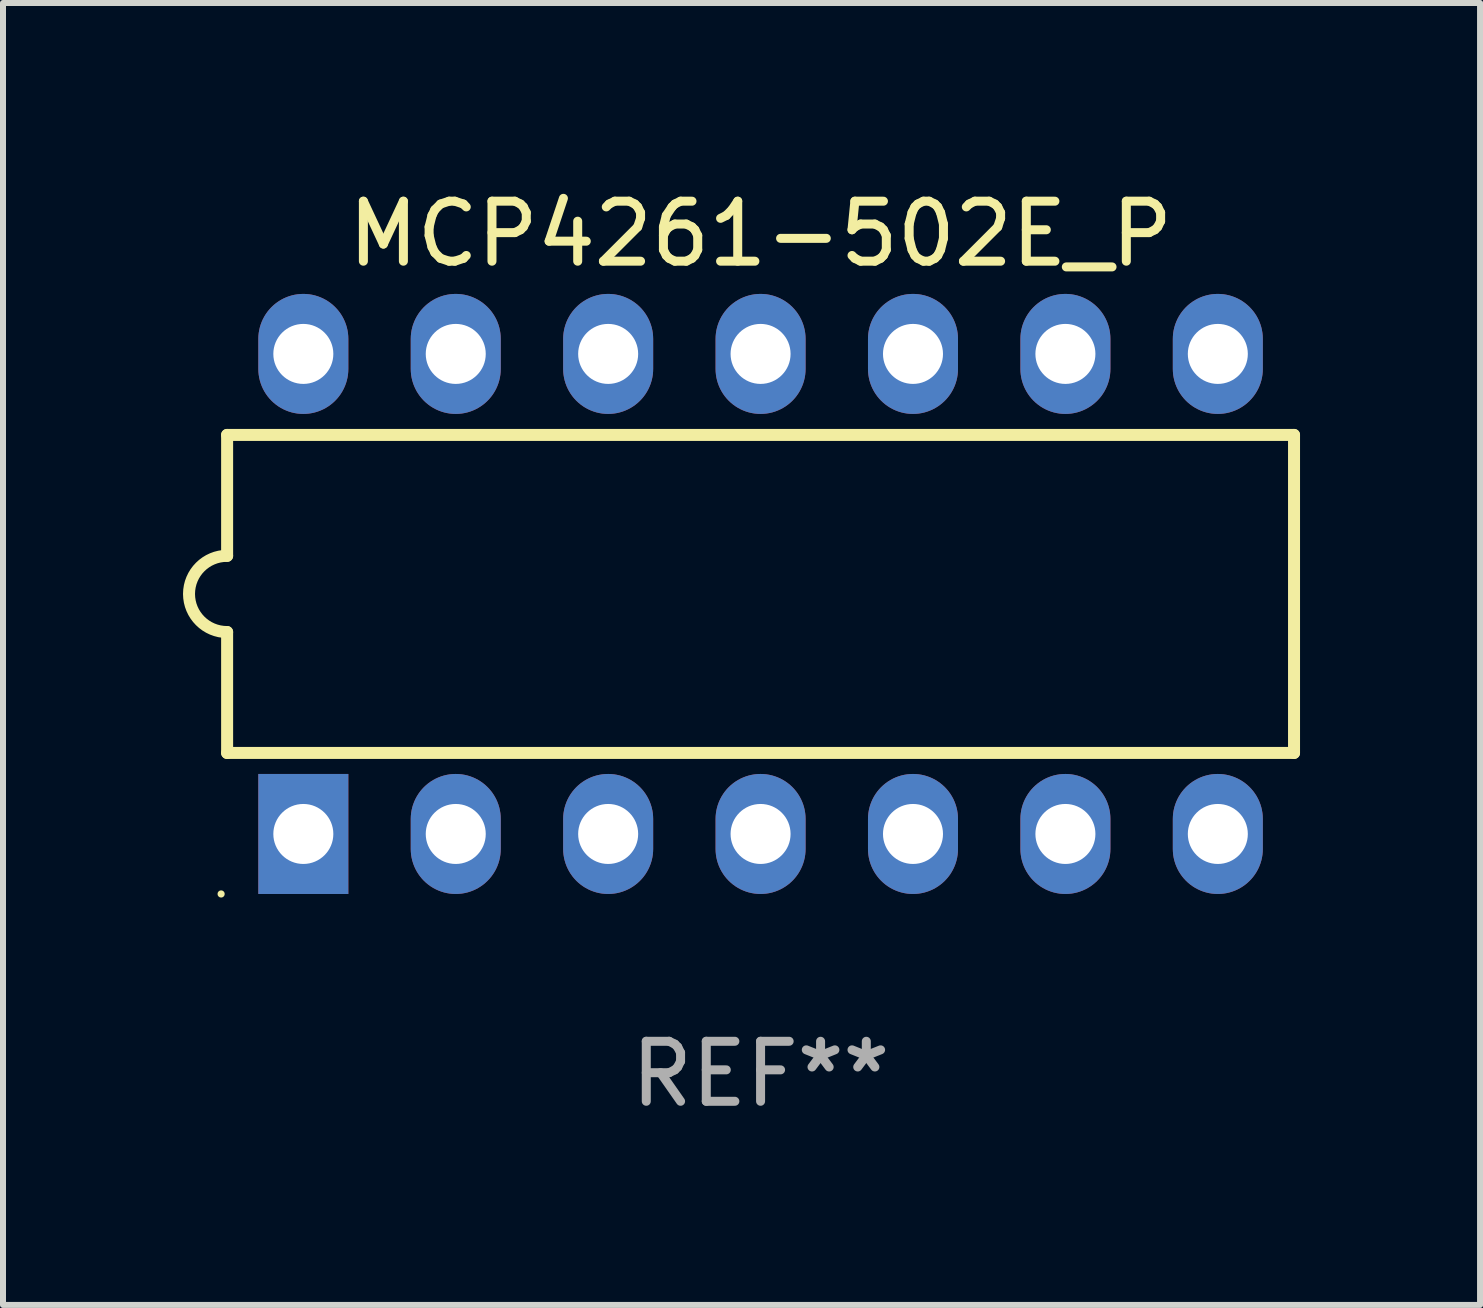
<source format=kicad_pcb>
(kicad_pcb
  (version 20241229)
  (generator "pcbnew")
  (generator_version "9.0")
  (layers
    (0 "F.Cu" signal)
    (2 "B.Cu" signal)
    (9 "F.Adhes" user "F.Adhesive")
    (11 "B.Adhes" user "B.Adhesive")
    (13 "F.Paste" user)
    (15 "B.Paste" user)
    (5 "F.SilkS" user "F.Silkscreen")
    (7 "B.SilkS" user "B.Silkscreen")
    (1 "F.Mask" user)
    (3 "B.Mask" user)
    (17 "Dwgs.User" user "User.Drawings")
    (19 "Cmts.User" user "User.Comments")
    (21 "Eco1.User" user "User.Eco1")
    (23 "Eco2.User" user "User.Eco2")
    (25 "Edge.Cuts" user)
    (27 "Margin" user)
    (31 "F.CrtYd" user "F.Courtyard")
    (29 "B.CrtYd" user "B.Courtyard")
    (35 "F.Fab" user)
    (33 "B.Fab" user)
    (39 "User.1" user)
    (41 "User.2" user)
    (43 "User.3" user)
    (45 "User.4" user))
  (footprint "MCP4261-502E_P"
    (layer "F.Cu")
    (at 9.625 6.848)
    (property "Reference" "MCP4261-502E_P" (at 0 -6 0) (layer "F.SilkS") (effects (font (size 1 1) (thickness 0.15))))
    (attr through_hole)
    (fp_line (start -8.89 -2.65) (end -8.89 -0.635) (stroke (width 0.2) (type solid)) (layer "F.SilkS"))
    (fp_line (start -8.89 0.635) (end -8.89 2.65) (stroke (width 0.2) (type solid)) (layer "F.SilkS"))
    (fp_line (start -8.89 2.65) (end 8.89 2.65) (stroke (width 0.2) (type solid)) (layer "F.SilkS"))
    (fp_line (start 8.89 -2.65) (end -8.89 -2.65) (stroke (width 0.2) (type solid)) (layer "F.SilkS"))
    (fp_line (start 8.89 2.65) (end 8.89 -2.65) (stroke (width 0.2) (type solid)) (layer "F.SilkS"))
    (fp_arc (start -8.890018 0.635001) (mid -9.525019 0) (end -8.890018 -0.635001) (stroke (width 0.2) (type solid)) (layer "F.SilkS"))
    (fp_circle (center -8.99 5) (end -8.96 5) (stroke (width 0.06) (type solid)) (fill no) (layer "F.SilkS"))
    (fp_text user "REF**" (at 0 8 0) (layer "F.Fab") (effects (font (size 1 1) (thickness 0.15))))
    (pad "1" thru_hole rect (at -7.62 4 90) (size 2 1.5) (drill 1) (layers "*.Cu" "*.Mask"))
    (pad "2" thru_hole oval (at -5.08 4 90) (size 2 1.5) (drill 1) (layers "*.Cu" "*.Mask"))
    (pad "3" thru_hole oval (at -2.54 4 90) (size 2 1.5) (drill 1) (layers "*.Cu" "*.Mask"))
    (pad "4" thru_hole oval (at 0 4 90) (size 2 1.5) (drill 1) (layers "*.Cu" "*.Mask"))
    (pad "5" thru_hole oval (at 2.54 4 90) (size 2 1.5) (drill 1) (layers "*.Cu" "*.Mask"))
    (pad "6" thru_hole oval (at 5.08 4 90) (size 2 1.5) (drill 1) (layers "*.Cu" "*.Mask"))
    (pad "7" thru_hole oval (at 7.62 4 90) (size 2 1.5) (drill 1) (layers "*.Cu" "*.Mask"))
    (pad "8" thru_hole oval (at 7.62 -4 90) (size 2 1.5) (drill 1) (layers "*.Cu" "*.Mask"))
    (pad "9" thru_hole oval (at 5.08 -4 90) (size 2 1.5) (drill 1) (layers "*.Cu" "*.Mask"))
    (pad "10" thru_hole oval (at 2.54 -4 90) (size 2 1.5) (drill 1) (layers "*.Cu" "*.Mask"))
    (pad "11" thru_hole oval (at 0 -4 90) (size 2 1.5) (drill 1) (layers "*.Cu" "*.Mask"))
    (pad "12" thru_hole oval (at -2.54 -4 90) (size 2 1.5) (drill 1) (layers "*.Cu" "*.Mask"))
    (pad "13" thru_hole oval (at -5.08 -4 90) (size 2 1.5) (drill 1) (layers "*.Cu" "*.Mask"))
    (pad "14" thru_hole oval (at -7.62 -4 90) (size 2 1.5) (drill 1) (layers "*.Cu" "*.Mask")))
  (gr_rect
    (start -3 -3)
    (end 21.615 18.697)
    (stroke (width 0.1) (type default))
    (fill no)
    (layer "Edge.Cuts")))
</source>
